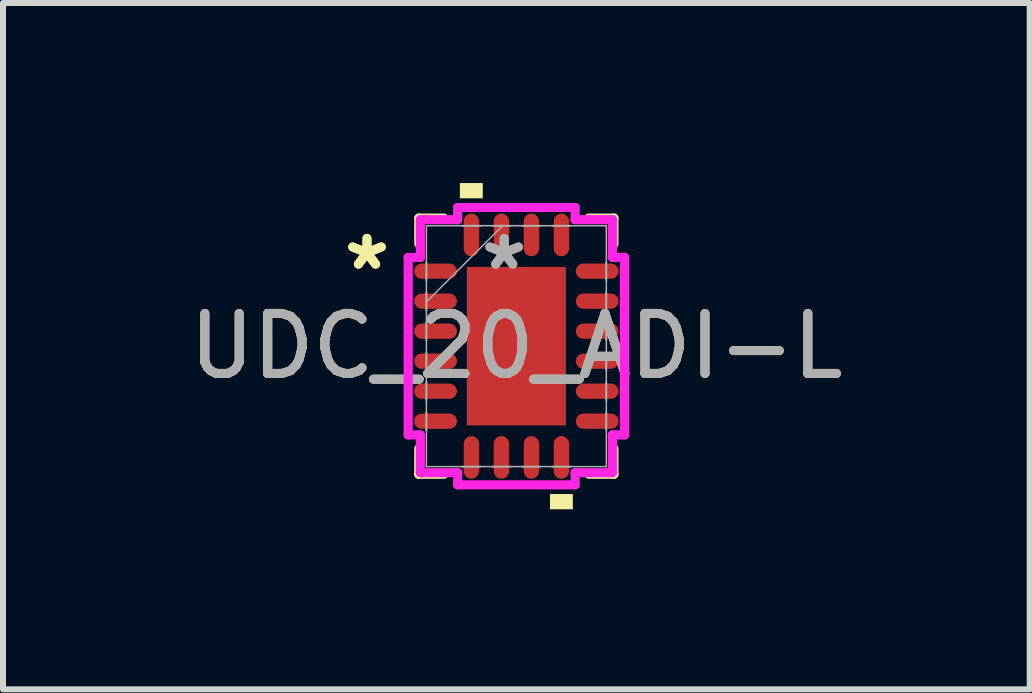
<source format=kicad_pcb>
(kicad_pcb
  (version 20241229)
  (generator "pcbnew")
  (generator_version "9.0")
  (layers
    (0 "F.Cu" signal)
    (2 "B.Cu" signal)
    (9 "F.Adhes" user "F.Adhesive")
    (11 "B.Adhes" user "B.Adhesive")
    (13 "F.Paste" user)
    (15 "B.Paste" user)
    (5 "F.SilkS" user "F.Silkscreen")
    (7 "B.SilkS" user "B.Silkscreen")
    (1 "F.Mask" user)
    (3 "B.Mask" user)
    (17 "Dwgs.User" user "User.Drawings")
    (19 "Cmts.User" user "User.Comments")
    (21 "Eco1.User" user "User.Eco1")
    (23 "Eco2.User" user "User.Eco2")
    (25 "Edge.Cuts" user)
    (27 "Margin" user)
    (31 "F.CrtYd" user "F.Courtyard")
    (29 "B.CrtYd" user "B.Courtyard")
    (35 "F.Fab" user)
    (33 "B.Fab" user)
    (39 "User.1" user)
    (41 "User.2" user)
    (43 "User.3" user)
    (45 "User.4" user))
  (footprint "UDC_20_ADI-L"
    (layer "F.Cu")
    (at 5.554 2.718)
    (property "Reference" "UDC_20_ADI-L" (at 0 0 0) (unlocked yes) (layer "F.SilkS") (effects (font (size 1 1) (thickness 0.15))))
    (attr smd)
    (fp_poly (pts (xy -0.826 -1.321) (xy 0.826 -1.321) (xy 0.826 1.321) (xy -0.826 1.321)) (stroke (width 0) (type solid)) (fill yes) (layer "F.Cu"))
    (fp_poly (pts (xy -0.826 -1.321) (xy 0.826 -1.321) (xy 0.826 1.321) (xy -0.826 1.321)) (stroke (width 0) (type solid)) (fill yes) (layer "F.Mask"))
    (fp_line (start -1.626 -2.134) (end -1.626 -1.707) (stroke (width 0.152) (type solid)) (layer "F.SilkS"))
    (fp_line (start -1.626 1.707) (end -1.626 2.134) (stroke (width 0.152) (type solid)) (layer "F.SilkS"))
    (fp_line (start -1.626 2.134) (end -1.207 2.134) (stroke (width 0.152) (type solid)) (layer "F.SilkS"))
    (fp_line (start -1.207 -2.134) (end -1.626 -2.134) (stroke (width 0.152) (type solid)) (layer "F.SilkS"))
    (fp_line (start 1.207 2.134) (end 1.626 2.134) (stroke (width 0.152) (type solid)) (layer "F.SilkS"))
    (fp_line (start 1.626 -2.134) (end 1.207 -2.134) (stroke (width 0.152) (type solid)) (layer "F.SilkS"))
    (fp_line (start 1.626 -1.707) (end 1.626 -2.134) (stroke (width 0.152) (type solid)) (layer "F.SilkS"))
    (fp_line (start 1.626 2.134) (end 1.626 1.707) (stroke (width 0.152) (type solid)) (layer "F.SilkS"))
    (fp_poly (pts (xy -0.941 -2.464) (xy -0.941 -2.718) (xy -0.56 -2.718) (xy -0.56 -2.464)) (stroke (width 0) (type solid)) (fill yes) (layer "F.SilkS"))
    (fp_poly (pts (xy 0.56 2.464) (xy 0.56 2.718) (xy 0.941 2.718) (xy 0.941 2.464)) (stroke (width 0) (type solid)) (fill yes) (layer "F.SilkS"))
    (fp_poly (pts (xy -0.826 -1.321) (xy 0.826 -1.321) (xy 0.826 1.321) (xy -0.826 1.321)) (stroke (width 0) (type solid)) (fill yes) (layer "F.Paste"))
    (fp_line (start -1.803 -1.479) (end -1.6 -1.479) (stroke (width 0.152) (type solid)) (layer "F.CrtYd"))
    (fp_line (start -1.803 1.479) (end -1.803 -1.479) (stroke (width 0.152) (type solid)) (layer "F.CrtYd"))
    (fp_line (start -1.6 -2.108) (end -0.979 -2.108) (stroke (width 0.152) (type solid)) (layer "F.CrtYd"))
    (fp_line (start -1.6 -1.479) (end -1.6 -2.108) (stroke (width 0.152) (type solid)) (layer "F.CrtYd"))
    (fp_line (start -1.6 1.479) (end -1.803 1.479) (stroke (width 0.152) (type solid)) (layer "F.CrtYd"))
    (fp_line (start -1.6 2.108) (end -1.6 1.479) (stroke (width 0.152) (type solid)) (layer "F.CrtYd"))
    (fp_line (start -0.979 -2.311) (end 0.979 -2.311) (stroke (width 0.152) (type solid)) (layer "F.CrtYd"))
    (fp_line (start -0.979 -2.108) (end -0.979 -2.311) (stroke (width 0.152) (type solid)) (layer "F.CrtYd"))
    (fp_line (start -0.979 2.108) (end -1.6 2.108) (stroke (width 0.152) (type solid)) (layer "F.CrtYd"))
    (fp_line (start -0.979 2.311) (end -0.979 2.108) (stroke (width 0.152) (type solid)) (layer "F.CrtYd"))
    (fp_line (start 0.979 -2.311) (end 0.979 -2.108) (stroke (width 0.152) (type solid)) (layer "F.CrtYd"))
    (fp_line (start 0.979 -2.108) (end 1.6 -2.108) (stroke (width 0.152) (type solid)) (layer "F.CrtYd"))
    (fp_line (start 0.979 2.108) (end 0.979 2.311) (stroke (width 0.152) (type solid)) (layer "F.CrtYd"))
    (fp_line (start 0.979 2.311) (end -0.979 2.311) (stroke (width 0.152) (type solid)) (layer "F.CrtYd"))
    (fp_line (start 1.6 -2.108) (end 1.6 -1.479) (stroke (width 0.152) (type solid)) (layer "F.CrtYd"))
    (fp_line (start 1.6 -1.479) (end 1.803 -1.479) (stroke (width 0.152) (type solid)) (layer "F.CrtYd"))
    (fp_line (start 1.6 1.479) (end 1.6 2.108) (stroke (width 0.152) (type solid)) (layer "F.CrtYd"))
    (fp_line (start 1.6 2.108) (end 0.979 2.108) (stroke (width 0.152) (type solid)) (layer "F.CrtYd"))
    (fp_line (start 1.803 -1.479) (end 1.803 1.479) (stroke (width 0.152) (type solid)) (layer "F.CrtYd"))
    (fp_line (start 1.803 1.479) (end 1.6 1.479) (stroke (width 0.152) (type solid)) (layer "F.CrtYd"))
    (fp_line (start -1.499 -2.007) (end -1.499 2.007) (stroke (width 0.025) (type solid)) (layer "F.Fab"))
    (fp_line (start -1.499 -1.402) (end -1.499 -1.402) (stroke (width 0.025) (type solid)) (layer "F.Fab"))
    (fp_line (start -1.499 -1.402) (end -1.499 -1.098) (stroke (width 0.025) (type solid)) (layer "F.Fab"))
    (fp_line (start -1.499 -1.098) (end -1.499 -1.402) (stroke (width 0.025) (type solid)) (layer "F.Fab"))
    (fp_line (start -1.499 -1.098) (end -1.499 -1.098) (stroke (width 0.025) (type solid)) (layer "F.Fab"))
    (fp_line (start -1.499 -0.902) (end -1.499 -0.902) (stroke (width 0.025) (type solid)) (layer "F.Fab"))
    (fp_line (start -1.499 -0.902) (end -1.499 -0.598) (stroke (width 0.025) (type solid)) (layer "F.Fab"))
    (fp_line (start -1.499 -0.737) (end -0.229 -2.007) (stroke (width 0.025) (type solid)) (layer "F.Fab"))
    (fp_line (start -1.499 -0.598) (end -1.499 -0.902) (stroke (width 0.025) (type solid)) (layer "F.Fab"))
    (fp_line (start -1.499 -0.598) (end -1.499 -0.598) (stroke (width 0.025) (type solid)) (layer "F.Fab"))
    (fp_line (start -1.499 -0.402) (end -1.499 -0.402) (stroke (width 0.025) (type solid)) (layer "F.Fab"))
    (fp_line (start -1.499 -0.402) (end -1.499 -0.098) (stroke (width 0.025) (type solid)) (layer "F.Fab"))
    (fp_line (start -1.499 -0.098) (end -1.499 -0.402) (stroke (width 0.025) (type solid)) (layer "F.Fab"))
    (fp_line (start -1.499 -0.098) (end -1.499 -0.098) (stroke (width 0.025) (type solid)) (layer "F.Fab"))
    (fp_line (start -1.499 0.098) (end -1.499 0.098) (stroke (width 0.025) (type solid)) (layer "F.Fab"))
    (fp_line (start -1.499 0.098) (end -1.499 0.402) (stroke (width 0.025) (type solid)) (layer "F.Fab"))
    (fp_line (start -1.499 0.402) (end -1.499 0.098) (stroke (width 0.025) (type solid)) (layer "F.Fab"))
    (fp_line (start -1.499 0.402) (end -1.499 0.402) (stroke (width 0.025) (type solid)) (layer "F.Fab"))
    (fp_line (start -1.499 0.598) (end -1.499 0.598) (stroke (width 0.025) (type solid)) (layer "F.Fab"))
    (fp_line (start -1.499 0.598) (end -1.499 0.902) (stroke (width 0.025) (type solid)) (layer "F.Fab"))
    (fp_line (start -1.499 0.902) (end -1.499 0.598) (stroke (width 0.025) (type solid)) (layer "F.Fab"))
    (fp_line (start -1.499 0.902) (end -1.499 0.902) (stroke (width 0.025) (type solid)) (layer "F.Fab"))
    (fp_line (start -1.499 1.098) (end -1.499 1.098) (stroke (width 0.025) (type solid)) (layer "F.Fab"))
    (fp_line (start -1.499 1.098) (end -1.499 1.402) (stroke (width 0.025) (type solid)) (layer "F.Fab"))
    (fp_line (start -1.499 1.402) (end -1.499 1.098) (stroke (width 0.025) (type solid)) (layer "F.Fab"))
    (fp_line (start -1.499 1.402) (end -1.499 1.402) (stroke (width 0.025) (type solid)) (layer "F.Fab"))
    (fp_line (start -1.499 2.007) (end 1.499 2.007) (stroke (width 0.025) (type solid)) (layer "F.Fab"))
    (fp_line (start -0.902 -2.007) (end -0.902 -2.007) (stroke (width 0.025) (type solid)) (layer "F.Fab"))
    (fp_line (start -0.902 -2.007) (end -0.598 -2.007) (stroke (width 0.025) (type solid)) (layer "F.Fab"))
    (fp_line (start -0.902 2.007) (end -0.902 2.007) (stroke (width 0.025) (type solid)) (layer "F.Fab"))
    (fp_line (start -0.902 2.007) (end -0.598 2.007) (stroke (width 0.025) (type solid)) (layer "F.Fab"))
    (fp_line (start -0.598 -2.007) (end -0.902 -2.007) (stroke (width 0.025) (type solid)) (layer "F.Fab"))
    (fp_line (start -0.598 -2.007) (end -0.598 -2.007) (stroke (width 0.025) (type solid)) (layer "F.Fab"))
    (fp_line (start -0.598 2.007) (end -0.902 2.007) (stroke (width 0.025) (type solid)) (layer "F.Fab"))
    (fp_line (start -0.598 2.007) (end -0.598 2.007) (stroke (width 0.025) (type solid)) (layer "F.Fab"))
    (fp_line (start -0.402 -2.007) (end -0.402 -2.007) (stroke (width 0.025) (type solid)) (layer "F.Fab"))
    (fp_line (start -0.402 -2.007) (end -0.098 -2.007) (stroke (width 0.025) (type solid)) (layer "F.Fab"))
    (fp_line (start -0.402 2.007) (end -0.402 2.007) (stroke (width 0.025) (type solid)) (layer "F.Fab"))
    (fp_line (start -0.402 2.007) (end -0.098 2.007) (stroke (width 0.025) (type solid)) (layer "F.Fab"))
    (fp_line (start -0.098 -2.007) (end -0.402 -2.007) (stroke (width 0.025) (type solid)) (layer "F.Fab"))
    (fp_line (start -0.098 -2.007) (end -0.098 -2.007) (stroke (width 0.025) (type solid)) (layer "F.Fab"))
    (fp_line (start -0.098 2.007) (end -0.402 2.007) (stroke (width 0.025) (type solid)) (layer "F.Fab"))
    (fp_line (start -0.098 2.007) (end -0.098 2.007) (stroke (width 0.025) (type solid)) (layer "F.Fab"))
    (fp_line (start 0.098 -2.007) (end 0.098 -2.007) (stroke (width 0.025) (type solid)) (layer "F.Fab"))
    (fp_line (start 0.098 -2.007) (end 0.402 -2.007) (stroke (width 0.025) (type solid)) (layer "F.Fab"))
    (fp_line (start 0.098 2.007) (end 0.098 2.007) (stroke (width 0.025) (type solid)) (layer "F.Fab"))
    (fp_line (start 0.098 2.007) (end 0.402 2.007) (stroke (width 0.025) (type solid)) (layer "F.Fab"))
    (fp_line (start 0.402 -2.007) (end 0.098 -2.007) (stroke (width 0.025) (type solid)) (layer "F.Fab"))
    (fp_line (start 0.402 -2.007) (end 0.402 -2.007) (stroke (width 0.025) (type solid)) (layer "F.Fab"))
    (fp_line (start 0.402 2.007) (end 0.098 2.007) (stroke (width 0.025) (type solid)) (layer "F.Fab"))
    (fp_line (start 0.402 2.007) (end 0.402 2.007) (stroke (width 0.025) (type solid)) (layer "F.Fab"))
    (fp_line (start 0.598 -2.007) (end 0.598 -2.007) (stroke (width 0.025) (type solid)) (layer "F.Fab"))
    (fp_line (start 0.598 -2.007) (end 0.902 -2.007) (stroke (width 0.025) (type solid)) (layer "F.Fab"))
    (fp_line (start 0.598 2.007) (end 0.598 2.007) (stroke (width 0.025) (type solid)) (layer "F.Fab"))
    (fp_line (start 0.598 2.007) (end 0.902 2.007) (stroke (width 0.025) (type solid)) (layer "F.Fab"))
    (fp_line (start 0.902 -2.007) (end 0.598 -2.007) (stroke (width 0.025) (type solid)) (layer "F.Fab"))
    (fp_line (start 0.902 -2.007) (end 0.902 -2.007) (stroke (width 0.025) (type solid)) (layer "F.Fab"))
    (fp_line (start 0.902 2.007) (end 0.598 2.007) (stroke (width 0.025) (type solid)) (layer "F.Fab"))
    (fp_line (start 0.902 2.007) (end 0.902 2.007) (stroke (width 0.025) (type solid)) (layer "F.Fab"))
    (fp_line (start 1.499 -2.007) (end -1.499 -2.007) (stroke (width 0.025) (type solid)) (layer "F.Fab"))
    (fp_line (start 1.499 -1.402) (end 1.499 -1.402) (stroke (width 0.025) (type solid)) (layer "F.Fab"))
    (fp_line (start 1.499 -1.402) (end 1.499 -1.098) (stroke (width 0.025) (type solid)) (layer "F.Fab"))
    (fp_line (start 1.499 -1.098) (end 1.499 -1.402) (stroke (width 0.025) (type solid)) (layer "F.Fab"))
    (fp_line (start 1.499 -1.098) (end 1.499 -1.098) (stroke (width 0.025) (type solid)) (layer "F.Fab"))
    (fp_line (start 1.499 -0.902) (end 1.499 -0.902) (stroke (width 0.025) (type solid)) (layer "F.Fab"))
    (fp_line (start 1.499 -0.902) (end 1.499 -0.598) (stroke (width 0.025) (type solid)) (layer "F.Fab"))
    (fp_line (start 1.499 -0.598) (end 1.499 -0.902) (stroke (width 0.025) (type solid)) (layer "F.Fab"))
    (fp_line (start 1.499 -0.598) (end 1.499 -0.598) (stroke (width 0.025) (type solid)) (layer "F.Fab"))
    (fp_line (start 1.499 -0.402) (end 1.499 -0.402) (stroke (width 0.025) (type solid)) (layer "F.Fab"))
    (fp_line (start 1.499 -0.402) (end 1.499 -0.098) (stroke (width 0.025) (type solid)) (layer "F.Fab"))
    (fp_line (start 1.499 -0.098) (end 1.499 -0.402) (stroke (width 0.025) (type solid)) (layer "F.Fab"))
    (fp_line (start 1.499 -0.098) (end 1.499 -0.098) (stroke (width 0.025) (type solid)) (layer "F.Fab"))
    (fp_line (start 1.499 0.098) (end 1.499 0.098) (stroke (width 0.025) (type solid)) (layer "F.Fab"))
    (fp_line (start 1.499 0.098) (end 1.499 0.402) (stroke (width 0.025) (type solid)) (layer "F.Fab"))
    (fp_line (start 1.499 0.402) (end 1.499 0.098) (stroke (width 0.025) (type solid)) (layer "F.Fab"))
    (fp_line (start 1.499 0.402) (end 1.499 0.402) (stroke (width 0.025) (type solid)) (layer "F.Fab"))
    (fp_line (start 1.499 0.598) (end 1.499 0.598) (stroke (width 0.025) (type solid)) (layer "F.Fab"))
    (fp_line (start 1.499 0.598) (end 1.499 0.902) (stroke (width 0.025) (type solid)) (layer "F.Fab"))
    (fp_line (start 1.499 0.902) (end 1.499 0.598) (stroke (width 0.025) (type solid)) (layer "F.Fab"))
    (fp_line (start 1.499 0.902) (end 1.499 0.902) (stroke (width 0.025) (type solid)) (layer "F.Fab"))
    (fp_line (start 1.499 1.098) (end 1.499 1.098) (stroke (width 0.025) (type solid)) (layer "F.Fab"))
    (fp_line (start 1.499 1.098) (end 1.499 1.402) (stroke (width 0.025) (type solid)) (layer "F.Fab"))
    (fp_line (start 1.499 1.402) (end 1.499 1.098) (stroke (width 0.025) (type solid)) (layer "F.Fab"))
    (fp_line (start 1.499 1.402) (end 1.499 1.402) (stroke (width 0.025) (type solid)) (layer "F.Fab"))
    (fp_line (start 1.499 2.007) (end 1.499 -2.007) (stroke (width 0.025) (type solid)) (layer "F.Fab"))
    (fp_text user "*" (at -2.489 -1.25 0) (unlocked yes) (layer "F.SilkS") (effects (font (size 1 1) (thickness 0.15))))
    (fp_text user "*" (at -2.489 -1.25 0) (layer "F.SilkS") (effects (font (size 1 1) (thickness 0.15))))
    (fp_text user "*" (at -0.203 -1.25 0) (unlocked yes) (layer "F.Fab") (effects (font (size 1 1) (thickness 0.15))))
    (fp_text user "${REFERENCE}" (at 0 0 0) (unlocked yes) (layer "F.Fab") (effects (font (size 1 1) (thickness 0.15))))
    (fp_text user "*" (at -0.203 -1.25 0) (layer "F.Fab") (effects (font (size 1 1) (thickness 0.15))))
    (pad "1" smd oval (at -1.346 -1.25 90) (size 0.254 0.711) (layers "F.Cu" "F.Mask" "F.Paste"))
    (pad "2" smd oval (at -1.346 -0.75 90) (size 0.254 0.711) (layers "F.Cu" "F.Mask" "F.Paste"))
    (pad "3" smd oval (at -1.346 -0.25 90) (size 0.254 0.711) (layers "F.Cu" "F.Mask" "F.Paste"))
    (pad "4" smd oval (at -1.346 0.25 90) (size 0.254 0.711) (layers "F.Cu" "F.Mask" "F.Paste"))
    (pad "5" smd oval (at -1.346 0.75 90) (size 0.254 0.711) (layers "F.Cu" "F.Mask" "F.Paste"))
    (pad "6" smd oval (at -1.346 1.25 90) (size 0.254 0.711) (layers "F.Cu" "F.Mask" "F.Paste"))
    (pad "7" smd oval (at -0.75 1.854) (size 0.254 0.711) (layers "F.Cu" "F.Mask" "F.Paste"))
    (pad "8" smd oval (at -0.25 1.854) (size 0.254 0.711) (layers "F.Cu" "F.Mask" "F.Paste"))
    (pad "9" smd oval (at 0.25 1.854) (size 0.254 0.711) (layers "F.Cu" "F.Mask" "F.Paste"))
    (pad "10" smd oval (at 0.75 1.854) (size 0.254 0.711) (layers "F.Cu" "F.Mask" "F.Paste"))
    (pad "11" smd oval (at 1.346 1.25 90) (size 0.254 0.711) (layers "F.Cu" "F.Mask" "F.Paste"))
    (pad "12" smd oval (at 1.346 0.75 90) (size 0.254 0.711) (layers "F.Cu" "F.Mask" "F.Paste"))
    (pad "13" smd oval (at 1.346 0.25 90) (size 0.254 0.711) (layers "F.Cu" "F.Mask" "F.Paste"))
    (pad "14" smd oval (at 1.346 -0.25 90) (size 0.254 0.711) (layers "F.Cu" "F.Mask" "F.Paste"))
    (pad "15" smd oval (at 1.346 -0.75 90) (size 0.254 0.711) (layers "F.Cu" "F.Mask" "F.Paste"))
    (pad "16" smd oval (at 1.346 -1.25 90) (size 0.254 0.711) (layers "F.Cu" "F.Mask" "F.Paste"))
    (pad "17" smd oval (at 0.75 -1.854) (size 0.254 0.711) (layers "F.Cu" "F.Mask" "F.Paste"))
    (pad "18" smd oval (at 0.25 -1.854) (size 0.254 0.711) (layers "F.Cu" "F.Mask" "F.Paste"))
    (pad "19" smd oval (at -0.25 -1.854) (size 0.254 0.711) (layers "F.Cu" "F.Mask" "F.Paste"))
    (pad "20" smd oval (at -0.75 -1.854) (size 0.254 0.711) (layers "F.Cu" "F.Mask" "F.Paste")))
  (gr_rect
    (start -3 -3)
    (end 14.107 8.436)
    (stroke (width 0.1) (type default))
    (fill no)
    (layer "Edge.Cuts")))
</source>
